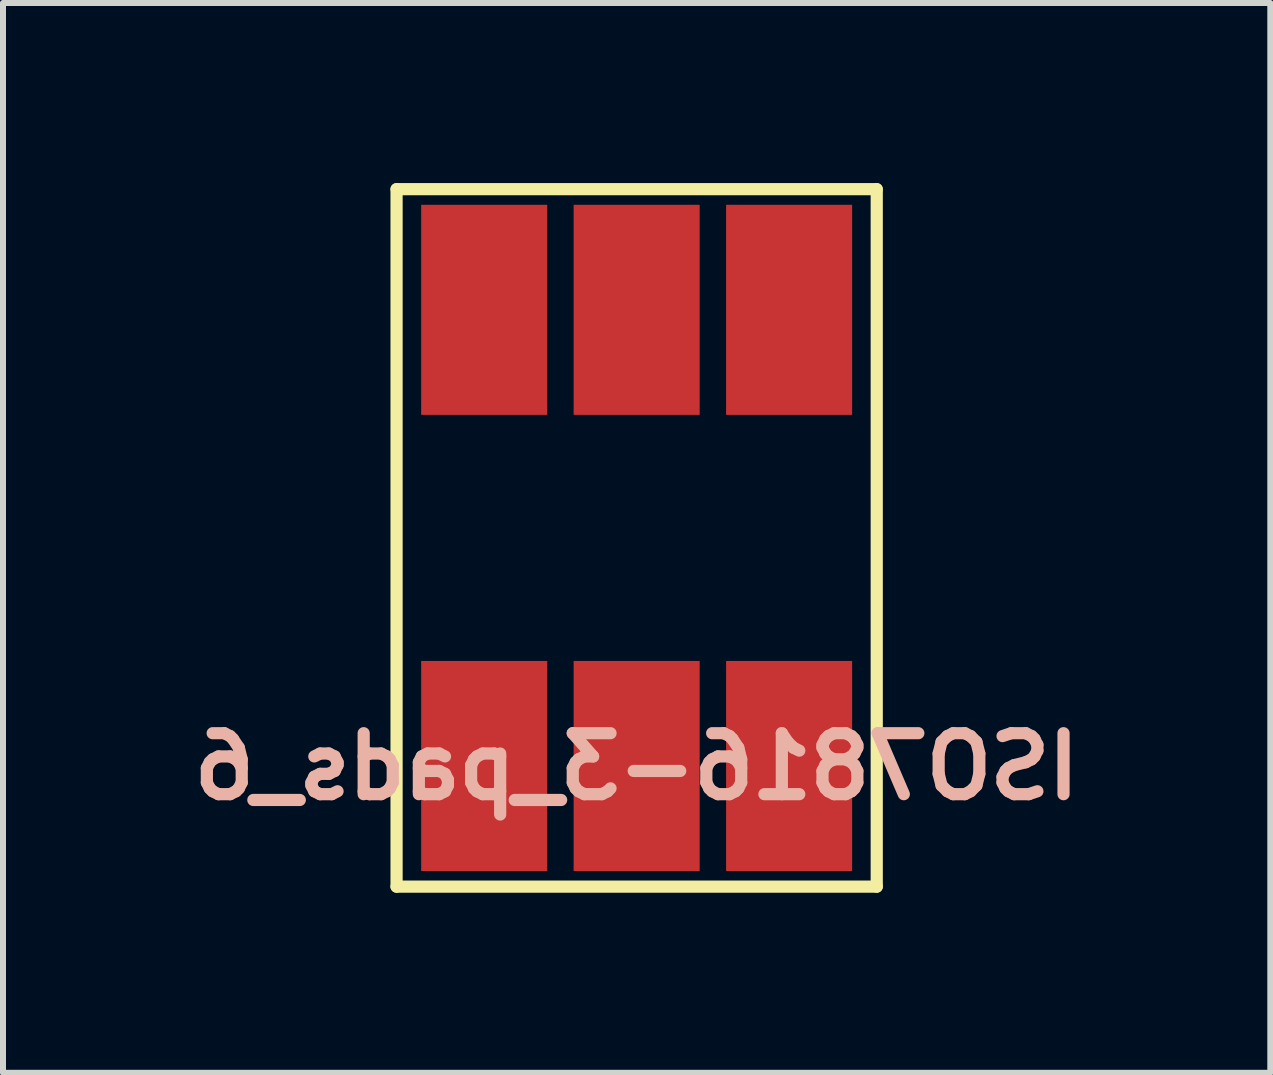
<source format=kicad_pcb>
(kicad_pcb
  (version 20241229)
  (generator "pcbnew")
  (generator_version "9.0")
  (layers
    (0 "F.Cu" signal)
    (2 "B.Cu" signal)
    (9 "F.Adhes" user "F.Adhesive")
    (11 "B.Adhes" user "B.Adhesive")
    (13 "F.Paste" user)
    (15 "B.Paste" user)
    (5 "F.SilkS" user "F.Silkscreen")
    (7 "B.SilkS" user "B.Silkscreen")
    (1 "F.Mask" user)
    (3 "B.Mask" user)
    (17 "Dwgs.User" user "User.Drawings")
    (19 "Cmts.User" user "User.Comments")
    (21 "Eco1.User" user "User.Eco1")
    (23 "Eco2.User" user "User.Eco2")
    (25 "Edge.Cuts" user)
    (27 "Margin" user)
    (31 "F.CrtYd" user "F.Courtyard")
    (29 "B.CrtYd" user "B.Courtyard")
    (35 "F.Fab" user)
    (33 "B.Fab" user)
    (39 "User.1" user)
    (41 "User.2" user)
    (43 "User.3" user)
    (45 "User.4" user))
  (footprint "ISO7816-3_pads_6"
    (layer "F.Cu")
    (at 7.557 5.912)
    (property "Reference" "ISO7816-3_pads_6" (at 0 3.81 0) (layer "B.SilkS") (effects (font (size 1.016 1.016) (thickness 0.203)) (justify mirror)))
    (attr through_hole)
    (fp_line (start -4 -5.81) (end -4 5.81) (stroke (width 0.203) (type solid)) (layer "F.SilkS"))
    (fp_line (start -4 -5.81) (end 4 -5.81) (stroke (width 0.203) (type solid)) (layer "F.SilkS"))
    (fp_line (start 4 5.81) (end -4 5.81) (stroke (width 0.203) (type solid)) (layer "F.SilkS"))
    (fp_line (start 4 5.81) (end 4 -5.81) (stroke (width 0.203) (type solid)) (layer "F.SilkS"))
    (pad "1" smd rect (at -2.54 -3.8) (size 2.1 3.5) (layers "F.Cu" "F.Mask"))
    (pad "2" smd rect (at -2.54 3.8) (size 2.1 3.5) (layers "F.Cu" "F.Mask"))
    (pad "3" smd rect (at 0 -3.8) (size 2.1 3.5) (layers "F.Cu" "F.Mask"))
    (pad "4" smd rect (at 0 3.8) (size 2.1 3.5) (layers "F.Cu" "F.Mask"))
    (pad "5" smd rect (at 2.54 -3.8) (size 2.1 3.5) (layers "F.Cu" "F.Mask"))
    (pad "6" smd rect (at 2.54 3.8) (size 2.1 3.5) (layers "F.Cu" "F.Mask")))
  (gr_rect
    (start -3 -3)
    (end 18.114 14.823)
    (stroke (width 0.1) (type default))
    (fill no)
    (layer "Edge.Cuts")))
</source>
